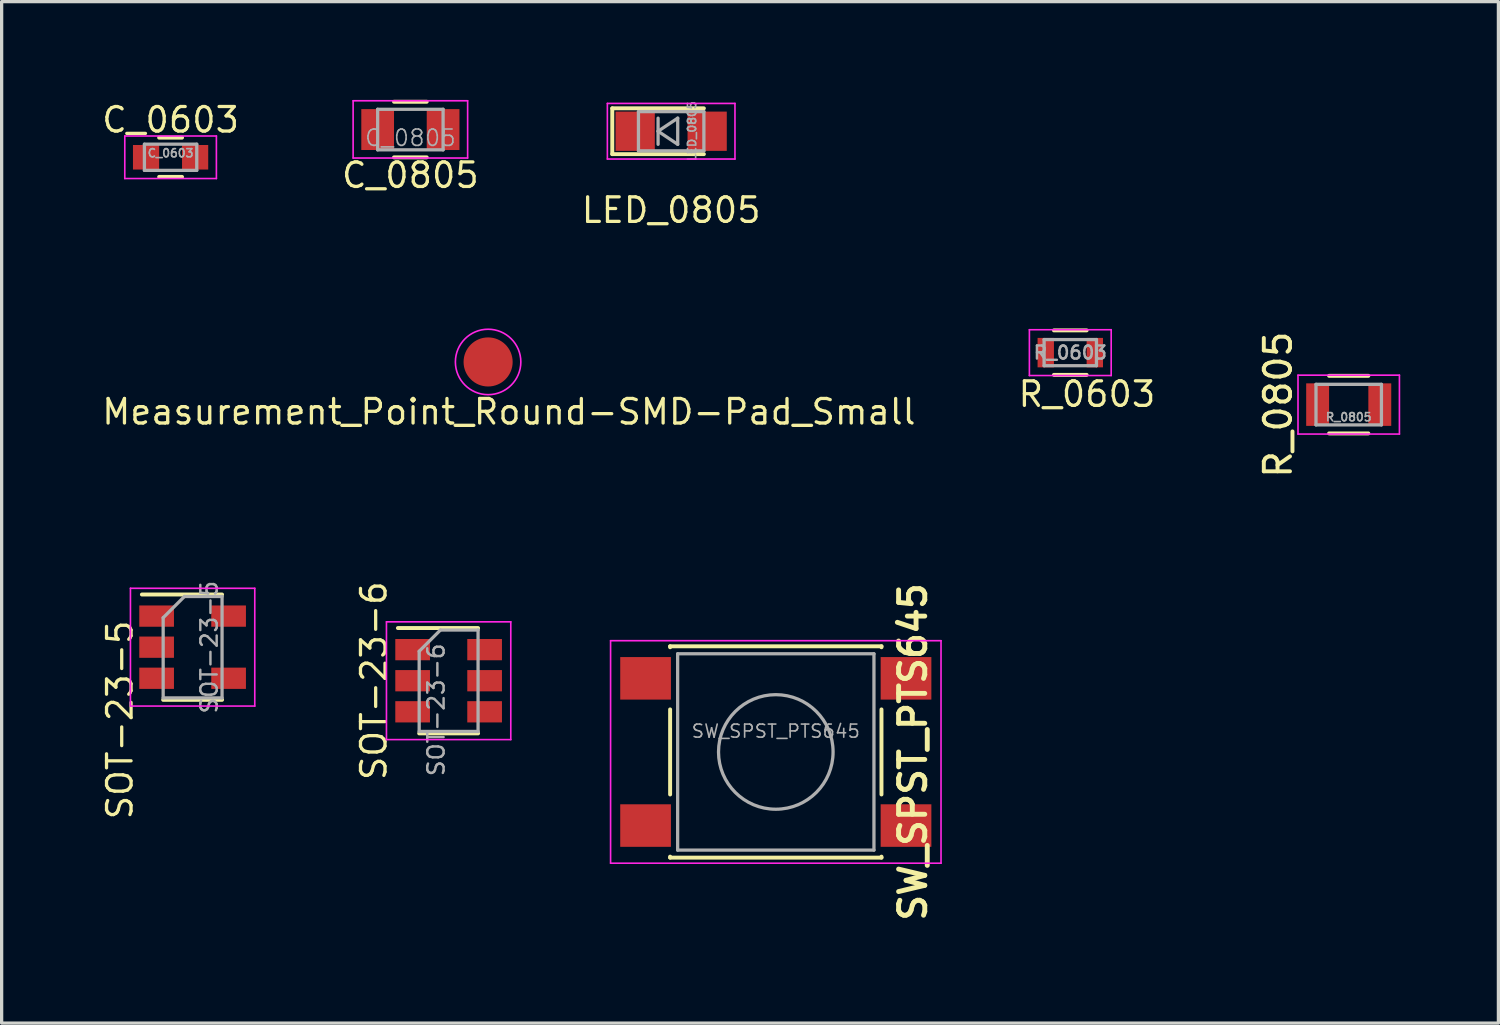
<source format=kicad_pcb>
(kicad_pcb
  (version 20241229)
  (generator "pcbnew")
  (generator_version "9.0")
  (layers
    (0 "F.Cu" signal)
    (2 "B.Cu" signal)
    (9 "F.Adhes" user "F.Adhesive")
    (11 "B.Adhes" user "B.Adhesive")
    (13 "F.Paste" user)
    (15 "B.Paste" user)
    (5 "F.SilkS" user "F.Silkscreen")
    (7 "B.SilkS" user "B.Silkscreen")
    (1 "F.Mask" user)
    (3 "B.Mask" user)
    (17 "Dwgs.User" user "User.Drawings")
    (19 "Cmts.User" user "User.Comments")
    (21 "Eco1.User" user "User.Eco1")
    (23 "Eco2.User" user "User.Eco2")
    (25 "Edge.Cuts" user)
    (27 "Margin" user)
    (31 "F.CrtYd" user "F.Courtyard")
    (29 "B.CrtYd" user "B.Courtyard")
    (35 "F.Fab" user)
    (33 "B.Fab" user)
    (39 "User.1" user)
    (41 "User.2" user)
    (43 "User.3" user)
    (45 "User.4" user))
  (footprint "R_0805"
    (layer "F.Cu")
    (at 38.173 9.317)
    (property "Reference" "R_0805" (at -2.159 0 90) (layer "F.SilkS") (effects (font (size 0.8 0.8) (thickness 0.12))))
    (attr smd)
    (fp_line (start -0.6 -0.88) (end 0.6 -0.88) (stroke (width 0.12) (type solid)) (layer "F.SilkS"))
    (fp_line (start 0.6 0.88) (end -0.6 0.88) (stroke (width 0.12) (type solid)) (layer "F.SilkS"))
    (fp_line (start -1.55 -0.9) (end -1.55 0.9) (stroke (width 0.05) (type solid)) (layer "F.CrtYd"))
    (fp_line (start -1.55 -0.9) (end 1.55 -0.9) (stroke (width 0.05) (type solid)) (layer "F.CrtYd"))
    (fp_line (start 1.55 0.9) (end -1.55 0.9) (stroke (width 0.05) (type solid)) (layer "F.CrtYd"))
    (fp_line (start 1.55 0.9) (end 1.55 -0.9) (stroke (width 0.05) (type solid)) (layer "F.CrtYd"))
    (fp_line (start -1 -0.62) (end 1 -0.62) (stroke (width 0.1) (type solid)) (layer "F.Fab"))
    (fp_line (start -1 0.62) (end -1 -0.62) (stroke (width 0.1) (type solid)) (layer "F.Fab"))
    (fp_line (start 1 -0.62) (end 1 0.62) (stroke (width 0.1) (type solid)) (layer "F.Fab"))
    (fp_line (start 1 0.62) (end -1 0.62) (stroke (width 0.1) (type solid)) (layer "F.Fab"))
    (fp_text user "${REFERENCE}" (at 0 0.381 0) (layer "F.Fab") (effects (font (size 0.25 0.25) (thickness 0.05))))
    (pad "1" smd rect (at -0.95 0) (size 0.7 1.3) (layers "F.Cu" "F.Mask" "F.Paste"))
    (pad "2" smd rect (at 0.95 0) (size 0.7 1.3) (layers "F.Cu" "F.Mask" "F.Paste")))
  (footprint "LED_0805"
    (layer "F.Cu")
    (at 17.464 0.961)
    (property "Reference" "LED_0805" (at 0 2.413 0) (layer "F.SilkS") (effects (font (size 0.75 0.75) (thickness 0.1))))
    (attr smd)
    (fp_line (start -1.8 -0.7) (end -1.8 0.7) (stroke (width 0.12) (type solid)) (layer "F.SilkS"))
    (fp_line (start -1.8 -0.7) (end 1 -0.7) (stroke (width 0.12) (type solid)) (layer "F.SilkS"))
    (fp_line (start -1.8 0.7) (end 1 0.7) (stroke (width 0.12) (type solid)) (layer "F.SilkS"))
    (fp_line (start -1.95 -0.85) (end 1.95 -0.85) (stroke (width 0.05) (type solid)) (layer "F.CrtYd"))
    (fp_line (start -1.95 0.85) (end -1.95 -0.85) (stroke (width 0.05) (type solid)) (layer "F.CrtYd"))
    (fp_line (start 1.95 -0.85) (end 1.95 0.85) (stroke (width 0.05) (type solid)) (layer "F.CrtYd"))
    (fp_line (start 1.95 0.85) (end -1.95 0.85) (stroke (width 0.05) (type solid)) (layer "F.CrtYd"))
    (fp_line (start -1 -0.6) (end 1 -0.6) (stroke (width 0.1) (type solid)) (layer "F.Fab"))
    (fp_line (start -1 0.6) (end -1 -0.6) (stroke (width 0.1) (type solid)) (layer "F.Fab"))
    (fp_line (start -0.4 -0.4) (end -0.4 0.4) (stroke (width 0.1) (type solid)) (layer "F.Fab"))
    (fp_line (start -0.4 0) (end 0.2 -0.4) (stroke (width 0.1) (type solid)) (layer "F.Fab"))
    (fp_line (start 0.2 -0.4) (end 0.2 0.4) (stroke (width 0.1) (type solid)) (layer "F.Fab"))
    (fp_line (start 0.2 0.4) (end -0.4 0) (stroke (width 0.1) (type solid)) (layer "F.Fab"))
    (fp_line (start 1 -0.6) (end 1 0.6) (stroke (width 0.1) (type solid)) (layer "F.Fab"))
    (fp_line (start 1 0.6) (end -1 0.6) (stroke (width 0.1) (type solid)) (layer "F.Fab"))
    (fp_text user "${REFERENCE}" (at 0.635 0 90) (layer "F.Fab") (effects (font (size 0.25 0.25) (thickness 0.05))))
    (pad "1" smd rect (at -1.1 0 180) (size 1.2 1.2) (layers "F.Cu" "F.Mask" "F.Paste"))
    (pad "2" smd rect (at 1.1 0 180) (size 1.2 1.2) (layers "F.Cu" "F.Mask" "F.Paste")))
  (footprint "Measurement_Point_Round-SMD-Pad_Small"
    (layer "F.Cu")
    (at 11.869 8.013)
    (property "Reference" "Measurement_Point_Round-SMD-Pad_Small" (at 0.635 1.524 0) (layer "F.SilkS") (effects (font (size 0.75 0.75) (thickness 0.1))))
    (attr exclude_from_pos_files exclude_from_bom)
    (fp_circle (center 0 0) (end 1 0) (stroke (width 0.05) (type solid)) (fill no) (layer "F.CrtYd"))
    (pad "1" smd circle (at 0 0) (size 1.5 1.5) (layers "F.Cu" "F.Mask")))
  (footprint "SOT-23-6"
    (layer "F.Cu")
    (at 10.662 17.756)
    (property "Reference" "SOT-23-6" (at -2.286 0 90) (layer "F.SilkS") (effects (font (size 0.75 0.75) (thickness 0.1))))
    (attr smd)
    (fp_line (start -0.9 1.61) (end 0.9 1.61) (stroke (width 0.12) (type solid)) (layer "F.SilkS"))
    (fp_line (start 0.9 -1.61) (end -1.55 -1.61) (stroke (width 0.12) (type solid)) (layer "F.SilkS"))
    (fp_line (start -1.9 -1.8) (end -1.9 1.8) (stroke (width 0.05) (type solid)) (layer "F.CrtYd"))
    (fp_line (start -1.9 1.8) (end 1.9 1.8) (stroke (width 0.05) (type solid)) (layer "F.CrtYd"))
    (fp_line (start 1.9 -1.8) (end -1.9 -1.8) (stroke (width 0.05) (type solid)) (layer "F.CrtYd"))
    (fp_line (start 1.9 1.8) (end 1.9 -1.8) (stroke (width 0.05) (type solid)) (layer "F.CrtYd"))
    (fp_line (start -0.9 -0.9) (end -0.9 1.55) (stroke (width 0.1) (type solid)) (layer "F.Fab"))
    (fp_line (start -0.9 -0.9) (end -0.25 -1.55) (stroke (width 0.1) (type solid)) (layer "F.Fab"))
    (fp_line (start 0.9 -1.55) (end -0.25 -1.55) (stroke (width 0.1) (type solid)) (layer "F.Fab"))
    (fp_line (start 0.9 -1.55) (end 0.9 1.55) (stroke (width 0.1) (type solid)) (layer "F.Fab"))
    (fp_line (start 0.9 1.55) (end -0.9 1.55) (stroke (width 0.1) (type solid)) (layer "F.Fab"))
    (fp_text user "${REFERENCE}" (at -0.381 0.889 90) (layer "F.Fab") (effects (font (size 0.5 0.5) (thickness 0.075))))
    (pad "1" smd rect (at -1.1 -0.95) (size 1.06 0.65) (layers "F.Cu" "F.Mask" "F.Paste"))
    (pad "2" smd rect (at -1.1 0) (size 1.06 0.65) (layers "F.Cu" "F.Mask" "F.Paste"))
    (pad "3" smd rect (at -1.1 0.95) (size 1.06 0.65) (layers "F.Cu" "F.Mask" "F.Paste"))
    (pad "4" smd rect (at 1.1 0.95) (size 1.06 0.65) (layers "F.Cu" "F.Mask" "F.Paste"))
    (pad "5" smd rect (at 1.1 0) (size 1.06 0.65) (layers "F.Cu" "F.Mask" "F.Paste"))
    (pad "6" smd rect (at 1.1 -0.95) (size 1.06 0.65) (layers "F.Cu" "F.Mask" "F.Paste")))
  (footprint "SOT-23-5"
    (layer "F.Cu")
    (at 2.837 16.731)
    (property "Reference" "SOT-23-5" (at -2.223 2.223 90) (layer "F.SilkS") (effects (font (size 0.75 0.75) (thickness 0.1))))
    (attr smd)
    (fp_line (start -0.9 1.61) (end 0.9 1.61) (stroke (width 0.12) (type solid)) (layer "F.SilkS"))
    (fp_line (start 0.9 -1.61) (end -1.55 -1.61) (stroke (width 0.12) (type solid)) (layer "F.SilkS"))
    (fp_line (start -1.9 -1.8) (end 1.9 -1.8) (stroke (width 0.05) (type solid)) (layer "F.CrtYd"))
    (fp_line (start -1.9 1.8) (end -1.9 -1.8) (stroke (width 0.05) (type solid)) (layer "F.CrtYd"))
    (fp_line (start 1.9 -1.8) (end 1.9 1.8) (stroke (width 0.05) (type solid)) (layer "F.CrtYd"))
    (fp_line (start 1.9 1.8) (end -1.9 1.8) (stroke (width 0.05) (type solid)) (layer "F.CrtYd"))
    (fp_line (start -0.9 -0.9) (end -0.9 1.55) (stroke (width 0.1) (type solid)) (layer "F.Fab"))
    (fp_line (start -0.9 -0.9) (end -0.25 -1.55) (stroke (width 0.1) (type solid)) (layer "F.Fab"))
    (fp_line (start 0.9 -1.55) (end -0.25 -1.55) (stroke (width 0.1) (type solid)) (layer "F.Fab"))
    (fp_line (start 0.9 -1.55) (end 0.9 1.55) (stroke (width 0.1) (type solid)) (layer "F.Fab"))
    (fp_line (start 0.9 1.55) (end -0.9 1.55) (stroke (width 0.1) (type solid)) (layer "F.Fab"))
    (fp_text user "${REFERENCE}" (at 0.508 0 90) (layer "F.Fab") (effects (font (size 0.5 0.5) (thickness 0.075))))
    (pad "1" smd rect (at -1.1 -0.95) (size 1.06 0.65) (layers "F.Cu" "F.Mask" "F.Paste"))
    (pad "2" smd rect (at -1.1 0) (size 1.06 0.65) (layers "F.Cu" "F.Mask" "F.Paste"))
    (pad "3" smd rect (at -1.1 0.95) (size 1.06 0.65) (layers "F.Cu" "F.Mask" "F.Paste"))
    (pad "4" smd rect (at 1.1 0.95) (size 1.06 0.65) (layers "F.Cu" "F.Mask" "F.Paste"))
    (pad "5" smd rect (at 1.1 -0.95) (size 1.06 0.65) (layers "F.Cu" "F.Mask" "F.Paste")))
  (footprint "R_0603"
    (layer "F.Cu")
    (at 29.663 7.728)
    (property "Reference" "R_0603" (at 0.508 1.27 0) (layer "F.SilkS") (effects (font (size 0.75 0.75) (thickness 0.1))))
    (attr smd)
    (fp_line (start -0.5 -0.68) (end 0.5 -0.68) (stroke (width 0.12) (type solid)) (layer "F.SilkS"))
    (fp_line (start 0.5 0.68) (end -0.5 0.68) (stroke (width 0.12) (type solid)) (layer "F.SilkS"))
    (fp_line (start -1.25 -0.7) (end -1.25 0.7) (stroke (width 0.05) (type solid)) (layer "F.CrtYd"))
    (fp_line (start -1.25 -0.7) (end 1.25 -0.7) (stroke (width 0.05) (type solid)) (layer "F.CrtYd"))
    (fp_line (start 1.25 0.7) (end -1.25 0.7) (stroke (width 0.05) (type solid)) (layer "F.CrtYd"))
    (fp_line (start 1.25 0.7) (end 1.25 -0.7) (stroke (width 0.05) (type solid)) (layer "F.CrtYd"))
    (fp_line (start -0.8 -0.4) (end 0.8 -0.4) (stroke (width 0.1) (type solid)) (layer "F.Fab"))
    (fp_line (start -0.8 0.4) (end -0.8 -0.4) (stroke (width 0.1) (type solid)) (layer "F.Fab"))
    (fp_line (start 0.8 -0.4) (end 0.8 0.4) (stroke (width 0.1) (type solid)) (layer "F.Fab"))
    (fp_line (start 0.8 0.4) (end -0.8 0.4) (stroke (width 0.1) (type solid)) (layer "F.Fab"))
    (fp_text user "${REFERENCE}" (at 0 0 0) (layer "F.Fab") (effects (font (size 0.4 0.4) (thickness 0.075))))
    (pad "1" smd rect (at -0.75 0) (size 0.5 0.9) (layers "F.Cu" "F.Mask" "F.Paste"))
    (pad "2" smd rect (at 0.75 0) (size 0.5 0.9) (layers "F.Cu" "F.Mask" "F.Paste")))
  (footprint "C_0603"
    (layer "F.Cu")
    (at 2.164 1.757)
    (property "Reference" "C_0603" (at 0 -1.143 0) (layer "F.SilkS") (effects (font (size 0.75 0.75) (thickness 0.1))))
    (attr smd)
    (fp_line (start -0.35 -0.6) (end 0.35 -0.6) (stroke (width 0.12) (type solid)) (layer "F.SilkS"))
    (fp_line (start 0.35 0.6) (end -0.35 0.6) (stroke (width 0.12) (type solid)) (layer "F.SilkS"))
    (fp_line (start -1.4 -0.65) (end -1.4 0.65) (stroke (width 0.05) (type solid)) (layer "F.CrtYd"))
    (fp_line (start -1.4 -0.65) (end 1.4 -0.65) (stroke (width 0.05) (type solid)) (layer "F.CrtYd"))
    (fp_line (start 1.4 0.65) (end -1.4 0.65) (stroke (width 0.05) (type solid)) (layer "F.CrtYd"))
    (fp_line (start 1.4 0.65) (end 1.4 -0.65) (stroke (width 0.05) (type solid)) (layer "F.CrtYd"))
    (fp_line (start -0.8 -0.4) (end 0.8 -0.4) (stroke (width 0.1) (type solid)) (layer "F.Fab"))
    (fp_line (start -0.8 0.4) (end -0.8 -0.4) (stroke (width 0.1) (type solid)) (layer "F.Fab"))
    (fp_line (start 0.8 -0.4) (end 0.8 0.4) (stroke (width 0.1) (type solid)) (layer "F.Fab"))
    (fp_line (start 0.8 0.4) (end -0.8 0.4) (stroke (width 0.1) (type solid)) (layer "F.Fab"))
    (fp_text user "${REFERENCE}" (at 0 -0.127 0) (layer "F.Fab") (effects (font (size 0.25 0.25) (thickness 0.05))))
    (pad "1" smd rect (at -0.75 0) (size 0.8 0.75) (layers "F.Cu" "F.Mask" "F.Paste"))
    (pad "2" smd rect (at 0.75 0) (size 0.8 0.75) (layers "F.Cu" "F.Mask" "F.Paste")))
  (footprint "C_0805"
    (layer "F.Cu")
    (at 9.493 0.91)
    (property "Reference" "C_0805" (at 0 1.397 0) (layer "F.SilkS") (effects (font (size 0.75 0.75) (thickness 0.1))))
    (attr smd)
    (fp_line (start -0.5 0.85) (end 0.5 0.85) (stroke (width 0.12) (type solid)) (layer "F.SilkS"))
    (fp_line (start 0.5 -0.85) (end -0.5 -0.85) (stroke (width 0.12) (type solid)) (layer "F.SilkS"))
    (fp_line (start -1.75 -0.88) (end -1.75 0.87) (stroke (width 0.05) (type solid)) (layer "F.CrtYd"))
    (fp_line (start -1.75 -0.88) (end 1.75 -0.88) (stroke (width 0.05) (type solid)) (layer "F.CrtYd"))
    (fp_line (start 1.75 0.87) (end -1.75 0.87) (stroke (width 0.05) (type solid)) (layer "F.CrtYd"))
    (fp_line (start 1.75 0.87) (end 1.75 -0.88) (stroke (width 0.05) (type solid)) (layer "F.CrtYd"))
    (fp_line (start -1 -0.62) (end 1 -0.62) (stroke (width 0.1) (type solid)) (layer "F.Fab"))
    (fp_line (start -1 0.62) (end -1 -0.62) (stroke (width 0.1) (type solid)) (layer "F.Fab"))
    (fp_line (start 1 -0.62) (end 1 0.62) (stroke (width 0.1) (type solid)) (layer "F.Fab"))
    (fp_line (start 1 0.62) (end -1 0.62) (stroke (width 0.1) (type solid)) (layer "F.Fab"))
    (fp_text user "${REFERENCE}" (at 0 0.254 0) (layer "F.Fab") (effects (font (size 0.5 0.5) (thickness 0.05))))
    (pad "1" smd rect (at -1 0) (size 1 1.25) (layers "F.Cu" "F.Mask" "F.Paste"))
    (pad "2" smd rect (at 1 0) (size 1 1.25) (layers "F.Cu" "F.Mask" "F.Paste")))
  (footprint "SW_SPST_PTS645"
    (layer "F.Cu")
    (at 20.662 19.933)
    (property "Reference" "SW_SPST_PTS645" (at 4.191 0 90) (layer "F.SilkS") (effects (font (size 0.8 0.8) (thickness 0.15))))
    (attr smd)
    (fp_line (start -3.23 -3.23) (end 3.23 -3.23) (stroke (width 0.12) (type solid)) (layer "F.SilkS"))
    (fp_line (start -3.23 -3.2) (end -3.23 -3.23) (stroke (width 0.12) (type solid)) (layer "F.SilkS"))
    (fp_line (start -3.23 -1.3) (end -3.23 1.3) (stroke (width 0.12) (type solid)) (layer "F.SilkS"))
    (fp_line (start -3.23 3.23) (end -3.23 3.2) (stroke (width 0.12) (type solid)) (layer "F.SilkS"))
    (fp_line (start -3.23 3.23) (end 3.23 3.23) (stroke (width 0.12) (type solid)) (layer "F.SilkS"))
    (fp_line (start 3.23 -3.23) (end 3.23 -3.2) (stroke (width 0.12) (type solid)) (layer "F.SilkS"))
    (fp_line (start 3.23 -1.3) (end 3.23 1.3) (stroke (width 0.12) (type solid)) (layer "F.SilkS"))
    (fp_line (start 3.23 3.23) (end 3.23 3.2) (stroke (width 0.12) (type solid)) (layer "F.SilkS"))
    (fp_line (start -5.05 -3.4) (end -5.05 3.4) (stroke (width 0.05) (type solid)) (layer "F.CrtYd"))
    (fp_line (start -5.05 -3.4) (end 5.05 -3.4) (stroke (width 0.05) (type solid)) (layer "F.CrtYd"))
    (fp_line (start -5.05 3.4) (end 5.05 3.4) (stroke (width 0.05) (type solid)) (layer "F.CrtYd"))
    (fp_line (start 5.05 3.4) (end 5.05 -3.4) (stroke (width 0.05) (type solid)) (layer "F.CrtYd"))
    (fp_line (start -3 -3) (end -3 3) (stroke (width 0.1) (type solid)) (layer "F.Fab"))
    (fp_line (start -3 3) (end 3 3) (stroke (width 0.1) (type solid)) (layer "F.Fab"))
    (fp_line (start 3 -3) (end -3 -3) (stroke (width 0.1) (type solid)) (layer "F.Fab"))
    (fp_line (start 3 3) (end 3 -3) (stroke (width 0.1) (type solid)) (layer "F.Fab"))
    (fp_circle (center 0 0) (end 1.75 -0.05) (stroke (width 0.1) (type solid)) (fill no) (layer "F.Fab"))
    (fp_text user "${REFERENCE}" (at 0 -0.635 0) (layer "F.Fab") (effects (font (size 0.4 0.4) (thickness 0.05))))
    (pad "1" smd rect (at -3.98 -2.25) (size 1.55 1.3) (layers "F.Cu" "F.Mask" "F.Paste"))
    (pad "1" smd rect (at 3.98 -2.25) (size 1.55 1.3) (layers "F.Cu" "F.Mask" "F.Paste"))
    (pad "2" smd rect (at -3.98 2.25) (size 1.55 1.3) (layers "F.Cu" "F.Mask" "F.Paste"))
    (pad "2" smd rect (at 3.98 2.25) (size 1.55 1.3) (layers "F.Cu" "F.Mask" "F.Paste")))
  (gr_rect
    (start -3 -3)
    (end 42.748 28.221)
    (stroke (width 0.1) (type default))
    (fill no)
    (layer "Edge.Cuts")))
</source>
